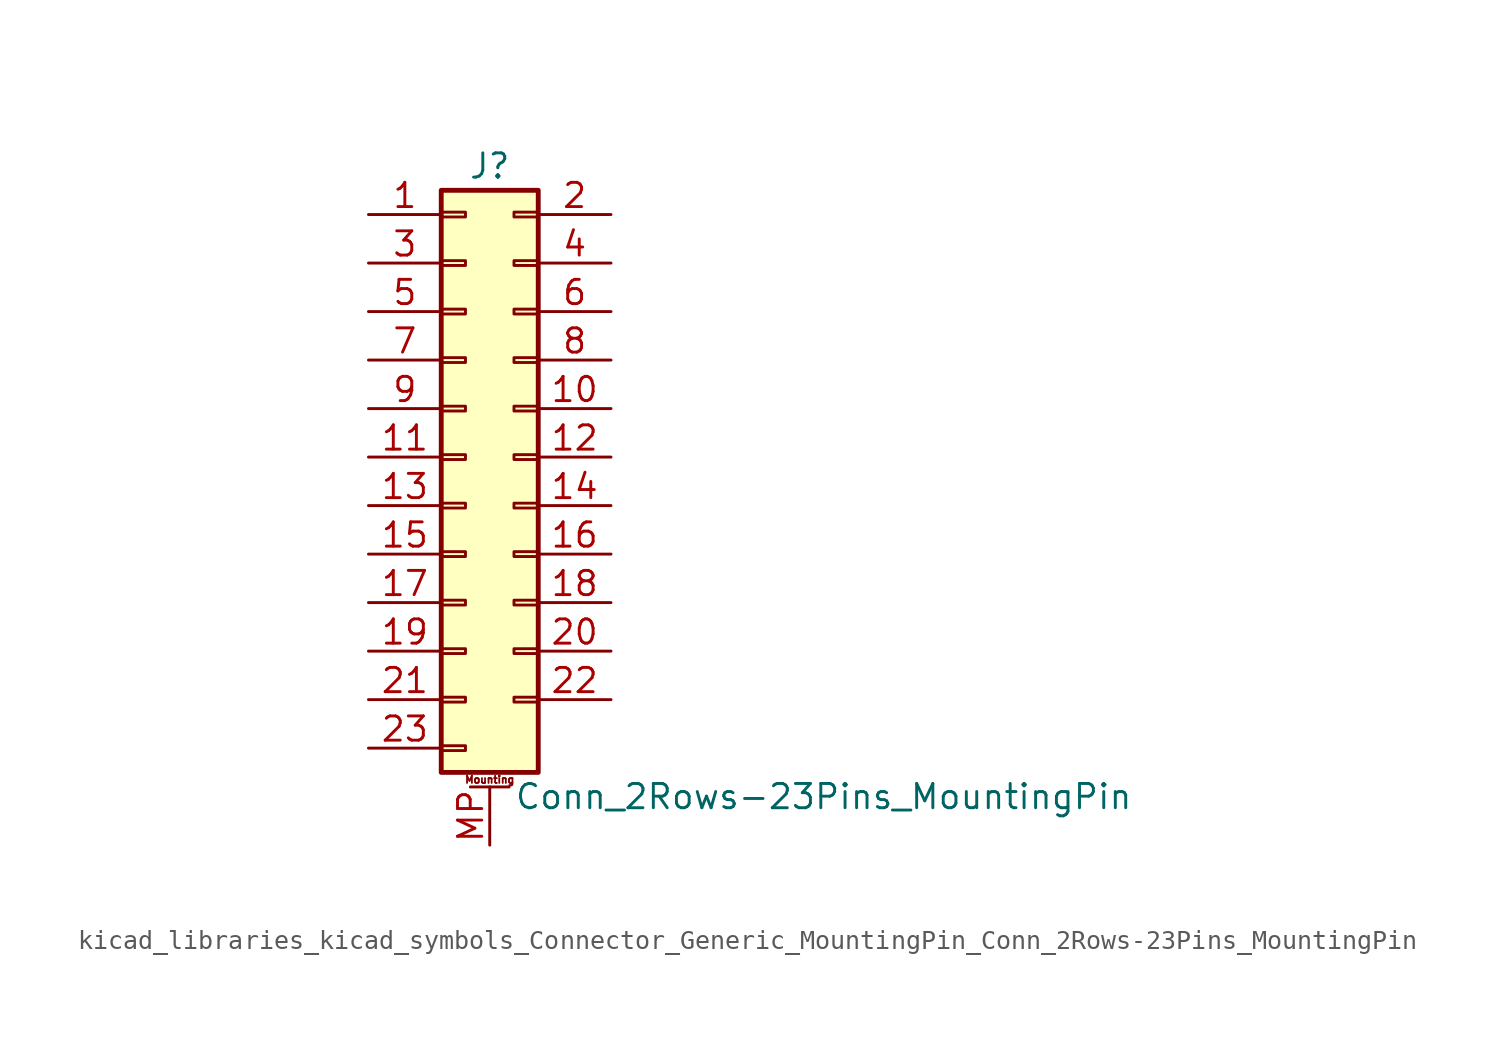
<source format=kicad_sym>
(kicad_symbol_lib
  (version 20220914)
  (generator kicad_symbol_editor)
  (symbol "kicad_libraries_kicad_symbols_Connector_Generic_MountingPin_Conn_2Rows-23Pins_MountingPin"
    (pin_names
      (offset 1.016) hide)
    (property "Reference" "J"
      (at 1.27 15.24 0)
      (effects (font (size 1.27 1.27))))
    (property "Value" "Conn_2Rows-23Pins_MountingPin"
      (at 2.54 -17.78 0)
      (effects (font (size 1.27 1.27)) (justify left)))
    (symbol "kicad_libraries_kicad_symbols_Connector_Generic_MountingPin_Conn_2Rows-23Pins_MountingPin_1_1"
      (rectangle (start -1.27 -15.113) (end 0 -15.367) (stroke (width 0.152) (type default)) (fill (type none)))
      (rectangle (start -1.27 -12.573) (end 0 -12.827) (stroke (width 0.152) (type default)) (fill (type none)))
      (rectangle (start -1.27 -10.033) (end 0 -10.287) (stroke (width 0.152) (type default)) (fill (type none)))
      (rectangle (start -1.27 -7.493) (end 0 -7.747) (stroke (width 0.152) (type default)) (fill (type none)))
      (rectangle (start -1.27 -4.953) (end 0 -5.207) (stroke (width 0.152) (type default)) (fill (type none)))
      (rectangle (start -1.27 -2.413) (end 0 -2.667) (stroke (width 0.152) (type default)) (fill (type none)))
      (rectangle (start -1.27 0.127) (end 0 -0.127) (stroke (width 0.152) (type default)) (fill (type none)))
      (rectangle (start -1.27 2.667) (end 0 2.413) (stroke (width 0.152) (type default)) (fill (type none)))
      (rectangle (start -1.27 5.207) (end 0 4.953) (stroke (width 0.152) (type default)) (fill (type none)))
      (rectangle (start -1.27 7.747) (end 0 7.493) (stroke (width 0.152) (type default)) (fill (type none)))
      (rectangle (start -1.27 10.287) (end 0 10.033) (stroke (width 0.152) (type default)) (fill (type none)))
      (rectangle (start -1.27 12.827) (end 0 12.573) (stroke (width 0.152) (type default)) (fill (type none)))
      (rectangle (start -1.27 13.97) (end 3.81 -16.51) (stroke (width 0.254) (type default)) (fill (type background)))
      (polyline (pts (xy 0.254 -17.272) (xy 2.286 -17.272)) (stroke (width 0.152) (type default)) (fill (type none)))
      (rectangle (start 3.81 -12.573) (end 2.54 -12.827) (stroke (width 0.152) (type default)) (fill (type none)))
      (rectangle (start 3.81 -10.033) (end 2.54 -10.287) (stroke (width 0.152) (type default)) (fill (type none)))
      (rectangle (start 3.81 -7.493) (end 2.54 -7.747) (stroke (width 0.152) (type default)) (fill (type none)))
      (rectangle (start 3.81 -4.953) (end 2.54 -5.207) (stroke (width 0.152) (type default)) (fill (type none)))
      (rectangle (start 3.81 -2.413) (end 2.54 -2.667) (stroke (width 0.152) (type default)) (fill (type none)))
      (rectangle (start 3.81 0.127) (end 2.54 -0.127) (stroke (width 0.152) (type default)) (fill (type none)))
      (rectangle (start 3.81 2.667) (end 2.54 2.413) (stroke (width 0.152) (type default)) (fill (type none)))
      (rectangle (start 3.81 5.207) (end 2.54 4.953) (stroke (width 0.152) (type default)) (fill (type none)))
      (rectangle (start 3.81 7.747) (end 2.54 7.493) (stroke (width 0.152) (type default)) (fill (type none)))
      (rectangle (start 3.81 10.287) (end 2.54 10.033) (stroke (width 0.152) (type default)) (fill (type none)))
      (rectangle (start 3.81 12.827) (end 2.54 12.573) (stroke (width 0.152) (type default)) (fill (type none)))
      (text "Mounting" (at 1.27 -16.891 0) (effects (font (size 0.381 0.381))))
      (pin passive line (at -5.08 12.7 0) (length 3.81) (name "Pin_1" (effects (font (size 1.27 1.27)))) (number "1" (effects (font (size 1.27 1.27)))))
      (pin passive line (at 7.62 2.54 180) (length 3.81) (name "Pin_10" (effects (font (size 1.27 1.27)))) (number "10" (effects (font (size 1.27 1.27)))))
      (pin passive line (at -5.08 0 0) (length 3.81) (name "Pin_11" (effects (font (size 1.27 1.27)))) (number "11" (effects (font (size 1.27 1.27)))))
      (pin passive line (at 7.62 0 180) (length 3.81) (name "Pin_12" (effects (font (size 1.27 1.27)))) (number "12" (effects (font (size 1.27 1.27)))))
      (pin passive line (at -5.08 -2.54 0) (length 3.81) (name "Pin_13" (effects (font (size 1.27 1.27)))) (number "13" (effects (font (size 1.27 1.27)))))
      (pin passive line (at 7.62 -2.54 180) (length 3.81) (name "Pin_14" (effects (font (size 1.27 1.27)))) (number "14" (effects (font (size 1.27 1.27)))))
      (pin passive line (at -5.08 -5.08 0) (length 3.81) (name "Pin_15" (effects (font (size 1.27 1.27)))) (number "15" (effects (font (size 1.27 1.27)))))
      (pin passive line (at 7.62 -5.08 180) (length 3.81) (name "Pin_16" (effects (font (size 1.27 1.27)))) (number "16" (effects (font (size 1.27 1.27)))))
      (pin passive line (at -5.08 -7.62 0) (length 3.81) (name "Pin_17" (effects (font (size 1.27 1.27)))) (number "17" (effects (font (size 1.27 1.27)))))
      (pin passive line (at 7.62 -7.62 180) (length 3.81) (name "Pin_18" (effects (font (size 1.27 1.27)))) (number "18" (effects (font (size 1.27 1.27)))))
      (pin passive line (at -5.08 -10.16 0) (length 3.81) (name "Pin_19" (effects (font (size 1.27 1.27)))) (number "19" (effects (font (size 1.27 1.27)))))
      (pin passive line (at 7.62 12.7 180) (length 3.81) (name "Pin_2" (effects (font (size 1.27 1.27)))) (number "2" (effects (font (size 1.27 1.27)))))
      (pin passive line (at 7.62 -10.16 180) (length 3.81) (name "Pin_20" (effects (font (size 1.27 1.27)))) (number "20" (effects (font (size 1.27 1.27)))))
      (pin passive line (at -5.08 -12.7 0) (length 3.81) (name "Pin_21" (effects (font (size 1.27 1.27)))) (number "21" (effects (font (size 1.27 1.27)))))
      (pin passive line (at 7.62 -12.7 180) (length 3.81) (name "Pin_22" (effects (font (size 1.27 1.27)))) (number "22" (effects (font (size 1.27 1.27)))))
      (pin passive line (at -5.08 -15.24 0) (length 3.81) (name "Pin_23" (effects (font (size 1.27 1.27)))) (number "23" (effects (font (size 1.27 1.27)))))
      (pin passive line (at -5.08 10.16 0) (length 3.81) (name "Pin_3" (effects (font (size 1.27 1.27)))) (number "3" (effects (font (size 1.27 1.27)))))
      (pin passive line (at 7.62 10.16 180) (length 3.81) (name "Pin_4" (effects (font (size 1.27 1.27)))) (number "4" (effects (font (size 1.27 1.27)))))
      (pin passive line (at -5.08 7.62 0) (length 3.81) (name "Pin_5" (effects (font (size 1.27 1.27)))) (number "5" (effects (font (size 1.27 1.27)))))
      (pin passive line (at 7.62 7.62 180) (length 3.81) (name "Pin_6" (effects (font (size 1.27 1.27)))) (number "6" (effects (font (size 1.27 1.27)))))
      (pin passive line (at -5.08 5.08 0) (length 3.81) (name "Pin_7" (effects (font (size 1.27 1.27)))) (number "7" (effects (font (size 1.27 1.27)))))
      (pin passive line (at 7.62 5.08 180) (length 3.81) (name "Pin_8" (effects (font (size 1.27 1.27)))) (number "8" (effects (font (size 1.27 1.27)))))
      (pin passive line (at -5.08 2.54 0) (length 3.81) (name "Pin_9" (effects (font (size 1.27 1.27)))) (number "9" (effects (font (size 1.27 1.27)))))
      (pin passive line (at 1.27 -20.32 90) (length 3.048) (name "MountPin" (effects (font (size 1.27 1.27)))) (number "MP" (effects (font (size 1.27 1.27))))))))
</source>
